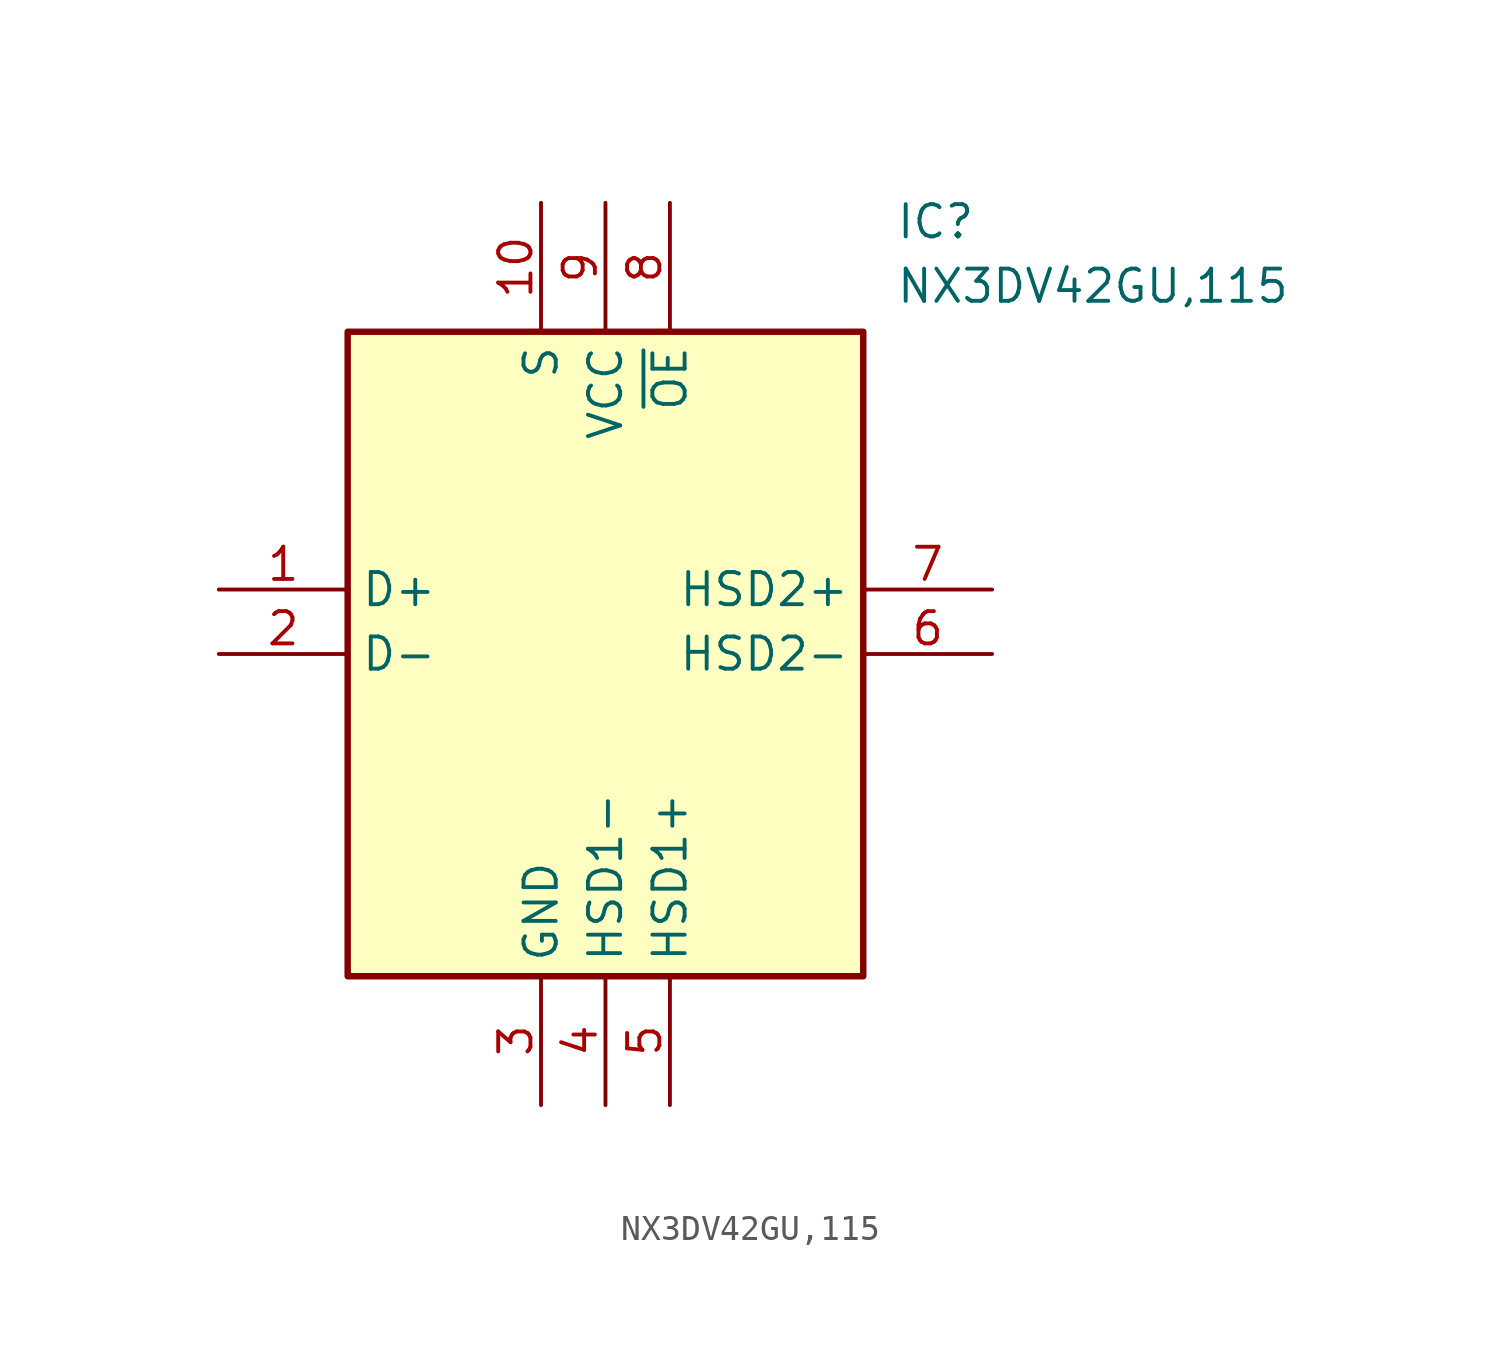
<source format=kicad_sym>
(kicad_symbol_lib
  (version 20231120)
  (generator "kicad_symbol_editor")
  (generator_version "8.0")
  (symbol "NX3DV42GU,115"
    (property "Reference" "IC"
      (at 26.67 15.24 0)
      (effects (font (size 1.27 1.27)) (justify left top)))
    (property "Value" "NX3DV42GU,115"
      (at 26.67 12.7 0)
      (effects (font (size 1.27 1.27)) (justify left top)))
    (symbol "NX3DV42GU,115_1_1"
      (rectangle (start 5.08 10.16) (end 25.4 -15.24) (stroke (width 0.254) (type default)) (fill (type background)))
      (pin passive line (at 0 0 0) (length 5.08) (name "D+" (effects (font (size 1.27 1.27)))) (number "1" (effects (font (size 1.27 1.27)))))
      (pin passive line (at 12.7 15.24 270) (length 5.08) (name "S" (effects (font (size 1.27 1.27)))) (number "10" (effects (font (size 1.27 1.27)))))
      (pin passive line (at 0 -2.54 0) (length 5.08) (name "D-" (effects (font (size 1.27 1.27)))) (number "2" (effects (font (size 1.27 1.27)))))
      (pin passive line (at 12.7 -20.32 90) (length 5.08) (name "GND" (effects (font (size 1.27 1.27)))) (number "3" (effects (font (size 1.27 1.27)))))
      (pin passive line (at 15.24 -20.32 90) (length 5.08) (name "HSD1-" (effects (font (size 1.27 1.27)))) (number "4" (effects (font (size 1.27 1.27)))))
      (pin passive line (at 17.78 -20.32 90) (length 5.08) (name "HSD1+" (effects (font (size 1.27 1.27)))) (number "5" (effects (font (size 1.27 1.27)))))
      (pin passive line (at 30.48 -2.54 180) (length 5.08) (name "HSD2-" (effects (font (size 1.27 1.27)))) (number "6" (effects (font (size 1.27 1.27)))))
      (pin passive line (at 30.48 0 180) (length 5.08) (name "HSD2+" (effects (font (size 1.27 1.27)))) (number "7" (effects (font (size 1.27 1.27)))))
      (pin passive line (at 17.78 15.24 270) (length 5.08) (name "~{OE}" (effects (font (size 1.27 1.27)))) (number "8" (effects (font (size 1.27 1.27)))))
      (pin passive line (at 15.24 15.24 270) (length 5.08) (name "VCC" (effects (font (size 1.27 1.27)))) (number "9" (effects (font (size 1.27 1.27))))))))
</source>
